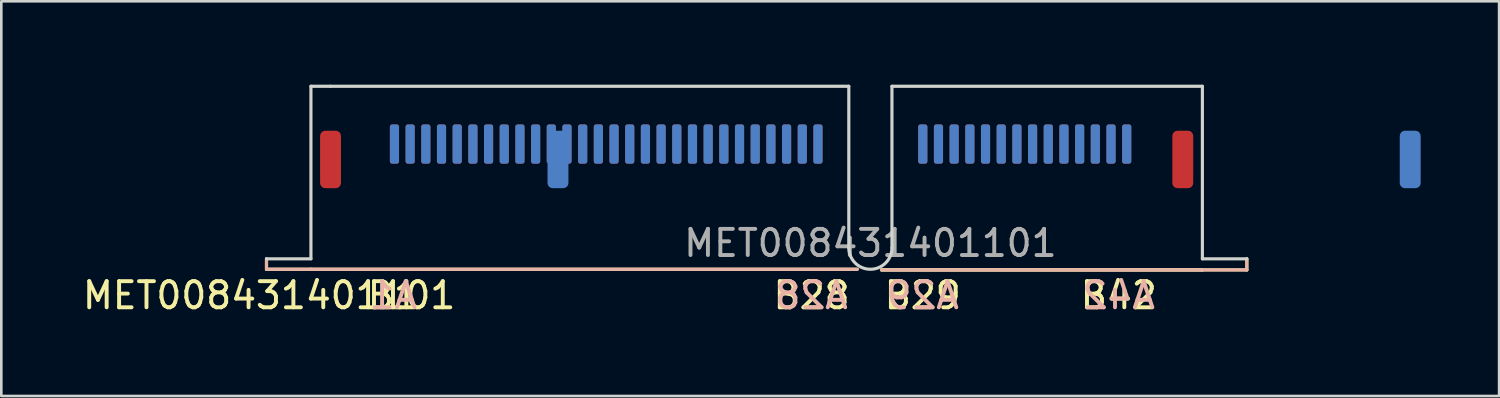
<source format=kicad_pcb>
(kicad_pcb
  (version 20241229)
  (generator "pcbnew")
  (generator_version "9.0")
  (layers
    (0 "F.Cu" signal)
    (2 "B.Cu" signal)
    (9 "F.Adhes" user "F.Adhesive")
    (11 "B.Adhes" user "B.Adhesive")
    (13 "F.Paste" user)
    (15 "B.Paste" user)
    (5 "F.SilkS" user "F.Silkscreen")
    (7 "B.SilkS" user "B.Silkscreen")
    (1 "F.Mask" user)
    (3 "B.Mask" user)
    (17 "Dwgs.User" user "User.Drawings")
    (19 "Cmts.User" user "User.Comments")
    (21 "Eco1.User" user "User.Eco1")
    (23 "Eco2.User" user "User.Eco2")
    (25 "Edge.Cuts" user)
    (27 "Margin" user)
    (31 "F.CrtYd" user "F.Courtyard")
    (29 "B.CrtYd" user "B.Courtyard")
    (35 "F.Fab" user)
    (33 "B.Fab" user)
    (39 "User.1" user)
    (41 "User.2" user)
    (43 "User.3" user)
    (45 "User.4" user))
  (footprint "MET008431401101"
    (layer "F.Cu")
    (at 30.244 0.25)
    (property "Reference" "MET008431401101" (at -23 8 0) (unlocked yes) (layer "F.SilkS") (effects (font (size 1 1) (thickness 0.15))))
    (attr smd)
    (fp_line (start -23.1 7) (end -23.1 6.6) (stroke (width 0.12) (type solid)) (layer "F.SilkS"))
    (fp_line (start -21.4 7) (end -23.1 7) (stroke (width 0.12) (type solid)) (layer "F.SilkS"))
    (fp_line (start -21.4 7) (end -0.5 7) (stroke (width 0.12) (type solid)) (layer "F.SilkS"))
    (fp_line (start 0.425 7.025) (end 12.7 7.025) (stroke (width 0.12) (type solid)) (layer "F.SilkS"))
    (fp_line (start 0.425 7.025) (end 12.7 7.025) (stroke (width 0.12) (type solid)) (layer "F.SilkS"))
    (fp_line (start 12.7 7.025) (end 14.4 7.025) (stroke (width 0.12) (type solid)) (layer "F.SilkS"))
    (fp_line (start 14.4 7.025) (end 14.4 6.6) (stroke (width 0.12) (type solid)) (layer "F.SilkS"))
    (fp_line (start -23.1 7) (end -23.1 6.6) (stroke (width 0.12) (type solid)) (layer "B.SilkS"))
    (fp_line (start -21.4 7) (end -23.1 7) (stroke (width 0.12) (type solid)) (layer "B.SilkS"))
    (fp_line (start -0.5 7) (end -21.4 7) (stroke (width 0.12) (type solid)) (layer "B.SilkS"))
    (fp_line (start 0.425 7.025) (end 12.7 7.025) (stroke (width 0.12) (type solid)) (layer "B.SilkS"))
    (fp_line (start 12.7 7.025) (end 14.4 7.025) (stroke (width 0.12) (type solid)) (layer "B.SilkS"))
    (fp_line (start 14.4 7.025) (end 14.4 6.6) (stroke (width 0.12) (type solid)) (layer "B.SilkS"))
    (fp_line (start -21.4 0) (end -21.4 6.6) (stroke (width 0.12) (type solid)) (layer "Edge.Cuts"))
    (fp_line (start -21.4 6.6) (end -23.1 6.6) (stroke (width 0.12) (type solid)) (layer "Edge.Cuts"))
    (fp_line (start -20.65 0) (end -21.4 0) (stroke (width 0.12) (type solid)) (layer "Edge.Cuts"))
    (fp_line (start -20.65 0) (end -0.825 0) (stroke (width 0.12) (type solid)) (layer "Edge.Cuts"))
    (fp_line (start -0.825 6.175) (end -0.825 0) (stroke (width 0.12) (type solid)) (layer "Edge.Cuts"))
    (fp_line (start 0.825 0) (end 12.7 0) (stroke (width 0.12) (type solid)) (layer "Edge.Cuts"))
    (fp_line (start 0.825 6.175) (end 0.825 0) (stroke (width 0.12) (type solid)) (layer "Edge.Cuts"))
    (fp_line (start 12.7 0) (end 12.7 6.6) (stroke (width 0.12) (type solid)) (layer "Edge.Cuts"))
    (fp_line (start 12.7 6.6) (end 14.4 6.6) (stroke (width 0.12) (type solid)) (layer "Edge.Cuts"))
    (fp_arc (start 0.825 6.175) (mid 0 7) (end -0.825 6.175) (stroke (width 0.12) (type solid)) (layer "Edge.Cuts"))
    (fp_text user "B42" (at 9.5 8 0) (unlocked yes) (layer "F.SilkS") (effects (font (size 1 1) (thickness 0.15))))
    (fp_text user "B29" (at 2 8 0) (unlocked yes) (layer "F.SilkS") (effects (font (size 1 1) (thickness 0.15))))
    (fp_text user "B28" (at -2.25 8 0) (unlocked yes) (layer "F.SilkS") (effects (font (size 1 1) (thickness 0.15))))
    (fp_text user "B1" (at -18.25 8 0) (unlocked yes) (layer "F.SilkS") (effects (font (size 1 1) (thickness 0.15))))
    (fp_text user "A29" (at 2 8 0) (unlocked yes) (layer "B.SilkS") (effects (font (size 1 1) (thickness 0.15)) (justify mirror)))
    (fp_text user "A28" (at -2.25 8 0) (unlocked yes) (layer "B.SilkS") (effects (font (size 1 1) (thickness 0.15)) (justify mirror)))
    (fp_text user "A42" (at 9.5 8 0) (unlocked yes) (layer "B.SilkS") (effects (font (size 1 1) (thickness 0.15)) (justify mirror)))
    (fp_text user "A1" (at -18.25 8 0) (unlocked yes) (layer "B.SilkS") (effects (font (size 1 1) (thickness 0.15)) (justify mirror)))
    (fp_text user "${REFERENCE}" (at 0 6 0) (unlocked yes) (layer "F.Fab") (effects (font (size 1 1) (thickness 0.15))))
    (pad "A1" smd roundrect (at -18.205 2.21) (size 0.35 1.5) (layers "B.Cu" "B.Mask" "B.Paste") (roundrect_rratio 0.25))
    (pad "A2" smd roundrect (at -17.605 2.21) (size 0.35 1.5) (layers "B.Cu" "B.Mask" "B.Paste") (roundrect_rratio 0.25))
    (pad "A3" smd roundrect (at -17.005 2.21) (size 0.35 1.5) (layers "B.Cu" "B.Mask" "B.Paste") (roundrect_rratio 0.25))
    (pad "A4" smd roundrect (at -16.405 2.21) (size 0.35 1.5) (layers "B.Cu" "B.Mask" "B.Paste") (roundrect_rratio 0.25))
    (pad "A5" smd roundrect (at -15.805 2.21) (size 0.35 1.5) (layers "B.Cu" "B.Mask" "B.Paste") (roundrect_rratio 0.25))
    (pad "A6" smd roundrect (at -15.205 2.21) (size 0.35 1.5) (layers "B.Cu" "B.Mask" "B.Paste") (roundrect_rratio 0.25))
    (pad "A7" smd roundrect (at -14.605 2.21) (size 0.35 1.5) (layers "B.Cu" "B.Mask" "B.Paste") (roundrect_rratio 0.25))
    (pad "A8" smd roundrect (at -14.005 2.21) (size 0.35 1.5) (layers "B.Cu" "B.Mask" "B.Paste") (roundrect_rratio 0.25))
    (pad "A9" smd roundrect (at -13.405 2.21) (size 0.35 1.5) (layers "B.Cu" "B.Mask" "B.Paste") (roundrect_rratio 0.25))
    (pad "A10" smd roundrect (at -12.805 2.21) (size 0.35 1.5) (layers "B.Cu" "B.Mask" "B.Paste") (roundrect_rratio 0.25))
    (pad "A11" smd roundrect (at -12.205 2.21) (size 0.35 1.5) (layers "B.Cu" "B.Mask" "B.Paste") (roundrect_rratio 0.25))
    (pad "A12" smd roundrect (at -11.605 2.21) (size 0.35 1.5) (layers "B.Cu" "B.Mask" "B.Paste") (roundrect_rratio 0.25))
    (pad "A13" smd roundrect (at -11.005 2.21) (size 0.35 1.5) (layers "B.Cu" "B.Mask" "B.Paste") (roundrect_rratio 0.25))
    (pad "A14" smd roundrect (at -10.405 2.21) (size 0.35 1.5) (layers "B.Cu" "B.Mask" "B.Paste") (roundrect_rratio 0.25))
    (pad "A15" smd roundrect (at -9.805 2.21) (size 0.35 1.5) (layers "B.Cu" "B.Mask" "B.Paste") (roundrect_rratio 0.25))
    (pad "A16" smd roundrect (at -9.205 2.21) (size 0.35 1.5) (layers "B.Cu" "B.Mask" "B.Paste") (roundrect_rratio 0.25))
    (pad "A17" smd roundrect (at -8.605 2.21) (size 0.35 1.5) (layers "B.Cu" "B.Mask" "B.Paste") (roundrect_rratio 0.25))
    (pad "A18" smd roundrect (at -8.005 2.21) (size 0.35 1.5) (layers "B.Cu" "B.Mask" "B.Paste") (roundrect_rratio 0.25))
    (pad "A19" smd roundrect (at -7.405 2.21) (size 0.35 1.5) (layers "B.Cu" "B.Mask" "B.Paste") (roundrect_rratio 0.25))
    (pad "A20" smd roundrect (at -6.805 2.21) (size 0.35 1.5) (layers "B.Cu" "B.Mask" "B.Paste") (roundrect_rratio 0.25))
    (pad "A21" smd roundrect (at -6.205 2.21) (size 0.35 1.5) (layers "B.Cu" "B.Mask" "B.Paste") (roundrect_rratio 0.25))
    (pad "A22" smd roundrect (at -5.605 2.21) (size 0.35 1.5) (layers "B.Cu" "B.Mask" "B.Paste") (roundrect_rratio 0.25))
    (pad "A23" smd roundrect (at -5.005 2.21) (size 0.35 1.5) (layers "B.Cu" "B.Mask" "B.Paste") (roundrect_rratio 0.25))
    (pad "A24" smd roundrect (at -4.405 2.21) (size 0.35 1.5) (layers "B.Cu" "B.Mask" "B.Paste") (roundrect_rratio 0.25))
    (pad "A25" smd roundrect (at -3.805 2.21) (size 0.35 1.5) (layers "B.Cu" "B.Mask" "B.Paste") (roundrect_rratio 0.25))
    (pad "A26" smd roundrect (at -3.205 2.21) (size 0.35 1.5) (layers "B.Cu" "B.Mask" "B.Paste") (roundrect_rratio 0.25))
    (pad "A27" smd roundrect (at -2.605 2.21) (size 0.35 1.5) (layers "B.Cu" "B.Mask" "B.Paste") (roundrect_rratio 0.25))
    (pad "A28" smd roundrect (at -2.005 2.21) (size 0.35 1.5) (layers "B.Cu" "B.Mask" "B.Paste") (roundrect_rratio 0.25))
    (pad "A29" smd roundrect (at 2.005 2.21) (size 0.35 1.5) (layers "B.Cu" "B.Mask" "B.Paste") (roundrect_rratio 0.25))
    (pad "A30" smd roundrect (at 2.605 2.21) (size 0.35 1.5) (layers "B.Cu" "B.Mask" "B.Paste") (roundrect_rratio 0.25))
    (pad "A31" smd roundrect (at 3.205 2.21) (size 0.35 1.5) (layers "B.Cu" "B.Mask" "B.Paste") (roundrect_rratio 0.25))
    (pad "A32" smd roundrect (at 3.805 2.21) (size 0.35 1.5) (layers "B.Cu" "B.Mask" "B.Paste") (roundrect_rratio 0.25))
    (pad "A33" smd roundrect (at 4.405 2.21) (size 0.35 1.5) (layers "B.Cu" "B.Mask" "B.Paste") (roundrect_rratio 0.25))
    (pad "A34" smd roundrect (at 5.005 2.21) (size 0.35 1.5) (layers "B.Cu" "B.Mask" "B.Paste") (roundrect_rratio 0.25))
    (pad "A35" smd roundrect (at 5.605 2.21) (size 0.35 1.5) (layers "B.Cu" "B.Mask" "B.Paste") (roundrect_rratio 0.25))
    (pad "A36" smd roundrect (at 6.205 2.21) (size 0.35 1.5) (layers "B.Cu" "B.Mask" "B.Paste") (roundrect_rratio 0.25))
    (pad "A37" smd roundrect (at 6.805 2.21) (size 0.35 1.5) (layers "B.Cu" "B.Mask" "B.Paste") (roundrect_rratio 0.25))
    (pad "A38" smd roundrect (at 7.405 2.21) (size 0.35 1.5) (layers "B.Cu" "B.Mask" "B.Paste") (roundrect_rratio 0.25))
    (pad "A39" smd roundrect (at 8.005 2.21) (size 0.35 1.5) (layers "B.Cu" "B.Mask" "B.Paste") (roundrect_rratio 0.25))
    (pad "A40" smd roundrect (at 8.605 2.21) (size 0.35 1.5) (layers "B.Cu" "B.Mask" "B.Paste") (roundrect_rratio 0.25))
    (pad "A41" smd roundrect (at 9.205 2.21) (size 0.35 1.5) (layers "B.Cu" "B.Mask" "B.Paste") (roundrect_rratio 0.25))
    (pad "A42" smd roundrect (at 9.805 2.21) (size 0.35 1.5) (layers "B.Cu" "B.Mask" "B.Paste") (roundrect_rratio 0.25))
    (pad "B1" smd roundrect (at -18.205 2.21) (size 0.35 1.5) (layers "F.Cu" "F.Mask" "F.Paste") (roundrect_rratio 0.25))
    (pad "B2" smd roundrect (at -17.605 2.21) (size 0.35 1.5) (layers "F.Cu" "F.Mask" "F.Paste") (roundrect_rratio 0.25))
    (pad "B3" smd roundrect (at -17.005 2.21) (size 0.35 1.5) (layers "F.Cu" "F.Mask" "F.Paste") (roundrect_rratio 0.25))
    (pad "B4" smd roundrect (at -16.405 2.21) (size 0.35 1.5) (layers "F.Cu" "F.Mask" "F.Paste") (roundrect_rratio 0.25))
    (pad "B5" smd roundrect (at -15.805 2.21) (size 0.35 1.5) (layers "F.Cu" "F.Mask" "F.Paste") (roundrect_rratio 0.25))
    (pad "B6" smd roundrect (at -15.205 2.21) (size 0.35 1.5) (layers "F.Cu" "F.Mask" "F.Paste") (roundrect_rratio 0.25))
    (pad "B7" smd roundrect (at -14.605 2.21) (size 0.35 1.5) (layers "F.Cu" "F.Mask" "F.Paste") (roundrect_rratio 0.25))
    (pad "B8" smd roundrect (at -14.005 2.21) (size 0.35 1.5) (layers "F.Cu" "F.Mask" "F.Paste") (roundrect_rratio 0.25))
    (pad "B9" smd roundrect (at -13.405 2.21) (size 0.35 1.5) (layers "F.Cu" "F.Mask" "F.Paste") (roundrect_rratio 0.25))
    (pad "B10" smd roundrect (at -12.805 2.21) (size 0.35 1.5) (layers "F.Cu" "F.Mask" "F.Paste") (roundrect_rratio 0.25))
    (pad "B11" smd roundrect (at -12.205 2.21) (size 0.35 1.5) (layers "F.Cu" "F.Mask" "F.Paste") (roundrect_rratio 0.25))
    (pad "B12" smd roundrect (at -11.605 2.21) (size 0.35 1.5) (layers "F.Cu" "F.Mask" "F.Paste") (roundrect_rratio 0.25))
    (pad "B13" smd roundrect (at -11.005 2.21) (size 0.35 1.5) (layers "F.Cu" "F.Mask" "F.Paste") (roundrect_rratio 0.25))
    (pad "B14" smd roundrect (at -10.405 2.21) (size 0.35 1.5) (layers "F.Cu" "F.Mask" "F.Paste") (roundrect_rratio 0.25))
    (pad "B15" smd roundrect (at -9.805 2.21) (size 0.35 1.5) (layers "F.Cu" "F.Mask" "F.Paste") (roundrect_rratio 0.25))
    (pad "B16" smd roundrect (at -9.205 2.21) (size 0.35 1.5) (layers "F.Cu" "F.Mask" "F.Paste") (roundrect_rratio 0.25))
    (pad "B17" smd roundrect (at -8.605 2.21) (size 0.35 1.5) (layers "F.Cu" "F.Mask" "F.Paste") (roundrect_rratio 0.25))
    (pad "B18" smd roundrect (at -8.005 2.21) (size 0.35 1.5) (layers "F.Cu" "F.Mask" "F.Paste") (roundrect_rratio 0.25))
    (pad "B19" smd roundrect (at -7.405 2.21) (size 0.35 1.5) (layers "F.Cu" "F.Mask" "F.Paste") (roundrect_rratio 0.25))
    (pad "B20" smd roundrect (at -6.805 2.21) (size 0.35 1.5) (layers "F.Cu" "F.Mask" "F.Paste") (roundrect_rratio 0.25))
    (pad "B21" smd roundrect (at -6.205 2.21) (size 0.35 1.5) (layers "F.Cu" "F.Mask" "F.Paste") (roundrect_rratio 0.25))
    (pad "B22" smd roundrect (at -5.605 2.21) (size 0.35 1.5) (layers "F.Cu" "F.Mask" "F.Paste") (roundrect_rratio 0.25))
    (pad "B23" smd roundrect (at -5.005 2.21) (size 0.35 1.5) (layers "F.Cu" "F.Mask" "F.Paste") (roundrect_rratio 0.25))
    (pad "B24" smd roundrect (at -4.405 2.21) (size 0.35 1.5) (layers "F.Cu" "F.Mask" "F.Paste") (roundrect_rratio 0.25))
    (pad "B25" smd roundrect (at -3.805 2.21) (size 0.35 1.5) (layers "F.Cu" "F.Mask" "F.Paste") (roundrect_rratio 0.25))
    (pad "B26" smd roundrect (at -3.205 2.21) (size 0.35 1.5) (layers "F.Cu" "F.Mask" "F.Paste") (roundrect_rratio 0.25))
    (pad "B27" smd roundrect (at -2.605 2.21) (size 0.35 1.5) (layers "F.Cu" "F.Mask" "F.Paste") (roundrect_rratio 0.25))
    (pad "B28" smd roundrect (at -2.005 2.21) (size 0.35 1.5) (layers "F.Cu" "F.Mask" "F.Paste") (roundrect_rratio 0.25))
    (pad "B29" smd roundrect (at 2.005 2.21) (size 0.35 1.5) (layers "F.Cu" "F.Mask" "F.Paste") (roundrect_rratio 0.25))
    (pad "B30" smd roundrect (at 2.605 2.21) (size 0.35 1.5) (layers "F.Cu" "F.Mask" "F.Paste") (roundrect_rratio 0.25))
    (pad "B31" smd roundrect (at 3.205 2.21) (size 0.35 1.5) (layers "F.Cu" "F.Mask" "F.Paste") (roundrect_rratio 0.25))
    (pad "B32" smd roundrect (at 3.805 2.21) (size 0.35 1.5) (layers "F.Cu" "F.Mask" "F.Paste") (roundrect_rratio 0.25))
    (pad "B33" smd roundrect (at 4.405 2.21) (size 0.35 1.5) (layers "F.Cu" "F.Mask" "F.Paste") (roundrect_rratio 0.25))
    (pad "B34" smd roundrect (at 5.005 2.21) (size 0.35 1.5) (layers "F.Cu" "F.Mask" "F.Paste") (roundrect_rratio 0.25))
    (pad "B35" smd roundrect (at 5.605 2.21) (size 0.35 1.5) (layers "F.Cu" "F.Mask" "F.Paste") (roundrect_rratio 0.25))
    (pad "B36" smd roundrect (at 6.205 2.21) (size 0.35 1.5) (layers "F.Cu" "F.Mask" "F.Paste") (roundrect_rratio 0.25))
    (pad "B37" smd roundrect (at 6.805 2.21) (size 0.35 1.5) (layers "F.Cu" "F.Mask" "F.Paste") (roundrect_rratio 0.25))
    (pad "B38" smd roundrect (at 7.405 2.21) (size 0.35 1.5) (layers "F.Cu" "F.Mask" "F.Paste") (roundrect_rratio 0.25))
    (pad "B39" smd roundrect (at 8.005 2.21) (size 0.35 1.5) (layers "F.Cu" "F.Mask" "F.Paste") (roundrect_rratio 0.25))
    (pad "B40" smd roundrect (at 8.605 2.21) (size 0.35 1.5) (layers "F.Cu" "F.Mask" "F.Paste") (roundrect_rratio 0.25))
    (pad "B41" smd roundrect (at 9.205 2.21) (size 0.35 1.5) (layers "F.Cu" "F.Mask" "F.Paste") (roundrect_rratio 0.25))
    (pad "B42" smd roundrect (at 9.805 2.21) (size 0.35 1.5) (layers "F.Cu" "F.Mask" "F.Paste") (roundrect_rratio 0.25))
    (pad "M" smd roundrect (at -20.65 2.8) (size 0.8 2.2) (layers "F.Cu" "F.Mask" "F.Paste") (roundrect_rratio 0.25))
    (pad "M" smd roundrect (at -11.95 2.8) (size 0.8 2.2) (layers "B.Cu" "B.Mask" "B.Paste") (roundrect_rratio 0.25))
    (pad "M" smd roundrect (at 11.95 2.8) (size 0.8 2.2) (layers "F.Cu" "F.Mask" "F.Paste") (roundrect_rratio 0.25))
    (pad "M" smd roundrect (at 20.65 2.8) (size 0.8 2.2) (layers "B.Cu" "B.Mask" "B.Paste") (roundrect_rratio 0.25)))
  (gr_rect
    (start -3 -3)
    (end 54.294 12.098)
    (stroke (width 0.1) (type default))
    (fill no)
    (layer "Edge.Cuts")))
</source>
